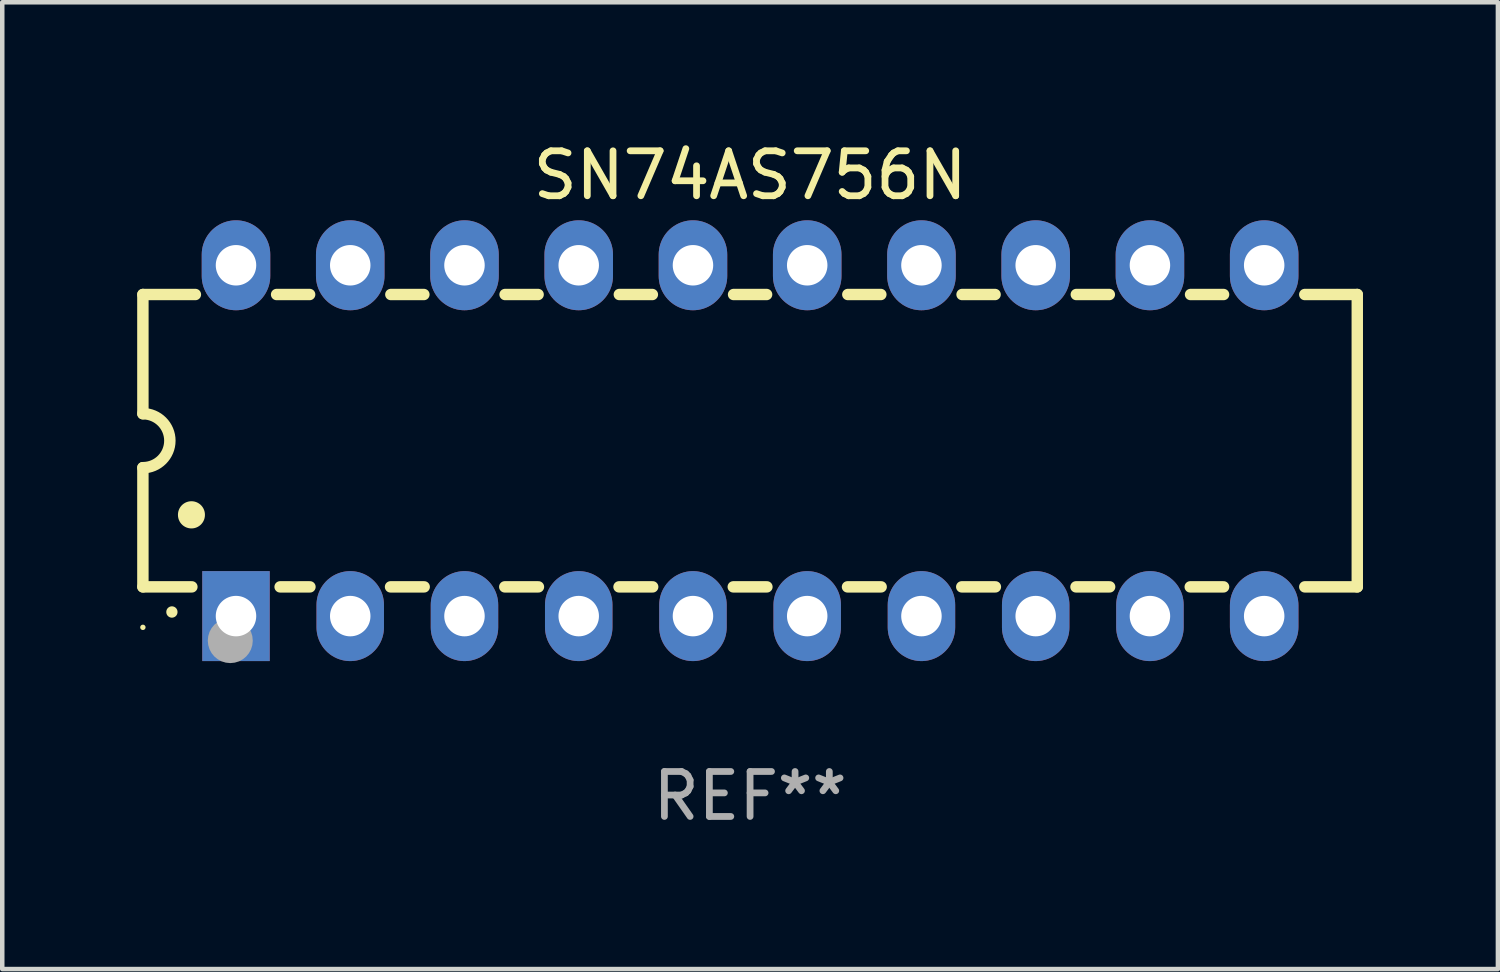
<source format=kicad_pcb>
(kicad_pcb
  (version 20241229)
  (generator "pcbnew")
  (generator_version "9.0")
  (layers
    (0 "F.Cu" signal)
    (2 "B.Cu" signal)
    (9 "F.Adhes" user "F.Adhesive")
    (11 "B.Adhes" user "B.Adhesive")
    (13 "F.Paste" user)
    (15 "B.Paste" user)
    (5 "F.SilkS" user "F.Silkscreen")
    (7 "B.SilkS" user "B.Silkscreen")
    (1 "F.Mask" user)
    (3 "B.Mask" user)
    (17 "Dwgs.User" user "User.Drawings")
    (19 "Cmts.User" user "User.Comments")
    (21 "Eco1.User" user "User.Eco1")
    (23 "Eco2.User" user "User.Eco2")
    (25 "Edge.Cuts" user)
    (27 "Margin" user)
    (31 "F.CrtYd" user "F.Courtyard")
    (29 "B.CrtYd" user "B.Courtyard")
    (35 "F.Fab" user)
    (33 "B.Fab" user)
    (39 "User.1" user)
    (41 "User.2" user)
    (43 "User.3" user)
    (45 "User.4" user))
  (footprint "SN74AS756N"
    (layer "F.Cu")
    (at 13.627 6.748)
    (property "Reference" "SN74AS756N" (at 0 -5.9 0) (layer "F.SilkS") (effects (font (size 1 1) (thickness 0.15))))
    (attr through_hole)
    (fp_line (start -13.5 -3.25) (end -12.333 -3.25) (stroke (width 0.254) (type solid)) (layer "F.SilkS"))
    (fp_line (start -13.5 -0.6) (end -13.5 -3.25) (stroke (width 0.254) (type solid)) (layer "F.SilkS"))
    (fp_line (start -13.5 3.25) (end -13.5 0.6) (stroke (width 0.254) (type solid)) (layer "F.SilkS"))
    (fp_line (start -13.5 3.25) (end -12.411 3.25) (stroke (width 0.254) (type solid)) (layer "F.SilkS"))
    (fp_line (start -10.527 -3.25) (end -9.793 -3.25) (stroke (width 0.254) (type solid)) (layer "F.SilkS"))
    (fp_line (start -10.449 3.25) (end -9.786 3.25) (stroke (width 0.254) (type solid)) (layer "F.SilkS"))
    (fp_line (start -7.994 3.25) (end -7.246 3.25) (stroke (width 0.254) (type solid)) (layer "F.SilkS"))
    (fp_line (start -7.987 -3.25) (end -7.253 -3.25) (stroke (width 0.254) (type solid)) (layer "F.SilkS"))
    (fp_line (start -5.454 3.25) (end -4.706 3.25) (stroke (width 0.254) (type solid)) (layer "F.SilkS"))
    (fp_line (start -5.447 -3.25) (end -4.713 -3.25) (stroke (width 0.254) (type solid)) (layer "F.SilkS"))
    (fp_line (start -2.914 3.25) (end -2.166 3.25) (stroke (width 0.254) (type solid)) (layer "F.SilkS"))
    (fp_line (start -2.907 -3.25) (end -2.173 -3.25) (stroke (width 0.254) (type solid)) (layer "F.SilkS"))
    (fp_line (start -0.374 3.25) (end 0.374 3.25) (stroke (width 0.254) (type solid)) (layer "F.SilkS"))
    (fp_line (start -0.367 -3.25) (end 0.367 -3.25) (stroke (width 0.254) (type solid)) (layer "F.SilkS"))
    (fp_line (start 2.166 3.25) (end 2.914 3.25) (stroke (width 0.254) (type solid)) (layer "F.SilkS"))
    (fp_line (start 2.173 -3.25) (end 2.907 -3.25) (stroke (width 0.254) (type solid)) (layer "F.SilkS"))
    (fp_line (start 4.706 3.25) (end 5.454 3.25) (stroke (width 0.254) (type solid)) (layer "F.SilkS"))
    (fp_line (start 4.713 -3.25) (end 5.447 -3.25) (stroke (width 0.254) (type solid)) (layer "F.SilkS"))
    (fp_line (start 7.246 3.25) (end 7.994 3.25) (stroke (width 0.254) (type solid)) (layer "F.SilkS"))
    (fp_line (start 7.253 -3.25) (end 7.987 -3.25) (stroke (width 0.254) (type solid)) (layer "F.SilkS"))
    (fp_line (start 9.786 3.25) (end 10.527 3.25) (stroke (width 0.254) (type solid)) (layer "F.SilkS"))
    (fp_line (start 9.793 -3.25) (end 10.527 -3.25) (stroke (width 0.254) (type solid)) (layer "F.SilkS"))
    (fp_line (start 12.333 -3.25) (end 13.5 -3.25) (stroke (width 0.254) (type solid)) (layer "F.SilkS"))
    (fp_line (start 12.333 3.25) (end 13.5 3.25) (stroke (width 0.254) (type solid)) (layer "F.SilkS"))
    (fp_line (start 13.5 -3.25) (end 13.5 3.25) (stroke (width 0.254) (type solid)) (layer "F.SilkS"))
    (fp_arc (start -13.500127 -0.599442) (mid -12.900406 0.000228) (end -13.500025 0.6) (stroke (width 0.254001) (type solid)) (layer "F.SilkS"))
    (fp_arc (start -12.854966 3.810008) (mid -12.854973 3.808738) (end -12.854966 3.807468) (stroke (width 0.25) (type solid)) (layer "F.SilkS"))
    (fp_arc (start -12.420625 1.651003) (mid -12.420636 1.648463) (end -12.420625 1.645923) (stroke (width 0.6) (type solid)) (layer "F.SilkS"))
    (fp_circle (center -13.5 4.15) (end -13.47 4.15) (stroke (width 0.06) (type solid)) (fill no) (layer "F.SilkS"))
    (fp_circle (center -11.557 4.445) (end -11.307 4.445) (stroke (width 0.5) (type solid)) (fill no) (layer "F.Fab"))
    (fp_text user "REF**" (at 0 7.9 0) (layer "F.Fab") (effects (font (size 1 1) (thickness 0.15))))
    (pad "1" thru_hole rect (at -11.43 3.9 90) (size 2 1.5) (drill 0.9) (layers "*.Cu" "*.Mask"))
    (pad "2" thru_hole oval (at -8.89 3.9 90) (size 2 1.5) (drill 0.9) (layers "*.Cu" "*.Mask"))
    (pad "3" thru_hole oval (at -6.35 3.9 90) (size 2 1.5) (drill 0.9) (layers "*.Cu" "*.Mask"))
    (pad "4" thru_hole oval (at -3.81 3.9 90) (size 2 1.5) (drill 0.9) (layers "*.Cu" "*.Mask"))
    (pad "5" thru_hole oval (at -1.27 3.9 90) (size 2 1.5) (drill 0.9) (layers "*.Cu" "*.Mask"))
    (pad "6" thru_hole oval (at 1.27 3.9 90) (size 2 1.5) (drill 0.9) (layers "*.Cu" "*.Mask"))
    (pad "7" thru_hole oval (at 3.81 3.9 90) (size 2 1.5) (drill 0.9) (layers "*.Cu" "*.Mask"))
    (pad "8" thru_hole oval (at 6.35 3.9 90) (size 2 1.5) (drill 0.9) (layers "*.Cu" "*.Mask"))
    (pad "9" thru_hole oval (at 8.89 3.9 90) (size 2 1.5) (drill 0.9) (layers "*.Cu" "*.Mask"))
    (pad "10" thru_hole oval (at 11.43 3.9 90) (size 2 1.524) (drill 0.9) (layers "*.Cu" "*.Mask"))
    (pad "11" thru_hole oval (at 11.43 -3.9 90) (size 2 1.524) (drill 0.9) (layers "*.Cu" "*.Mask"))
    (pad "12" thru_hole oval (at 8.89 -3.9 90) (size 2 1.524) (drill 0.9) (layers "*.Cu" "*.Mask"))
    (pad "13" thru_hole oval (at 6.35 -3.9 90) (size 2 1.524) (drill 0.9) (layers "*.Cu" "*.Mask"))
    (pad "14" thru_hole oval (at 3.81 -3.9 90) (size 2 1.524) (drill 0.9) (layers "*.Cu" "*.Mask"))
    (pad "15" thru_hole oval (at 1.27 -3.9 90) (size 2 1.524) (drill 0.9) (layers "*.Cu" "*.Mask"))
    (pad "16" thru_hole oval (at -1.27 -3.9 90) (size 2 1.524) (drill 0.9) (layers "*.Cu" "*.Mask"))
    (pad "17" thru_hole oval (at -3.81 -3.9 90) (size 2 1.524) (drill 0.9) (layers "*.Cu" "*.Mask"))
    (pad "18" thru_hole oval (at -6.35 -3.9 90) (size 2 1.524) (drill 0.9) (layers "*.Cu" "*.Mask"))
    (pad "19" thru_hole oval (at -8.89 -3.9 90) (size 2 1.524) (drill 0.9) (layers "*.Cu" "*.Mask"))
    (pad "20" thru_hole oval (at -11.43 -3.9 90) (size 2 1.524) (drill 0.9) (layers "*.Cu" "*.Mask")))
  (gr_rect
    (start -3 -3)
    (end 30.254 18.496)
    (stroke (width 0.1) (type default))
    (fill no)
    (layer "Edge.Cuts")))
</source>
